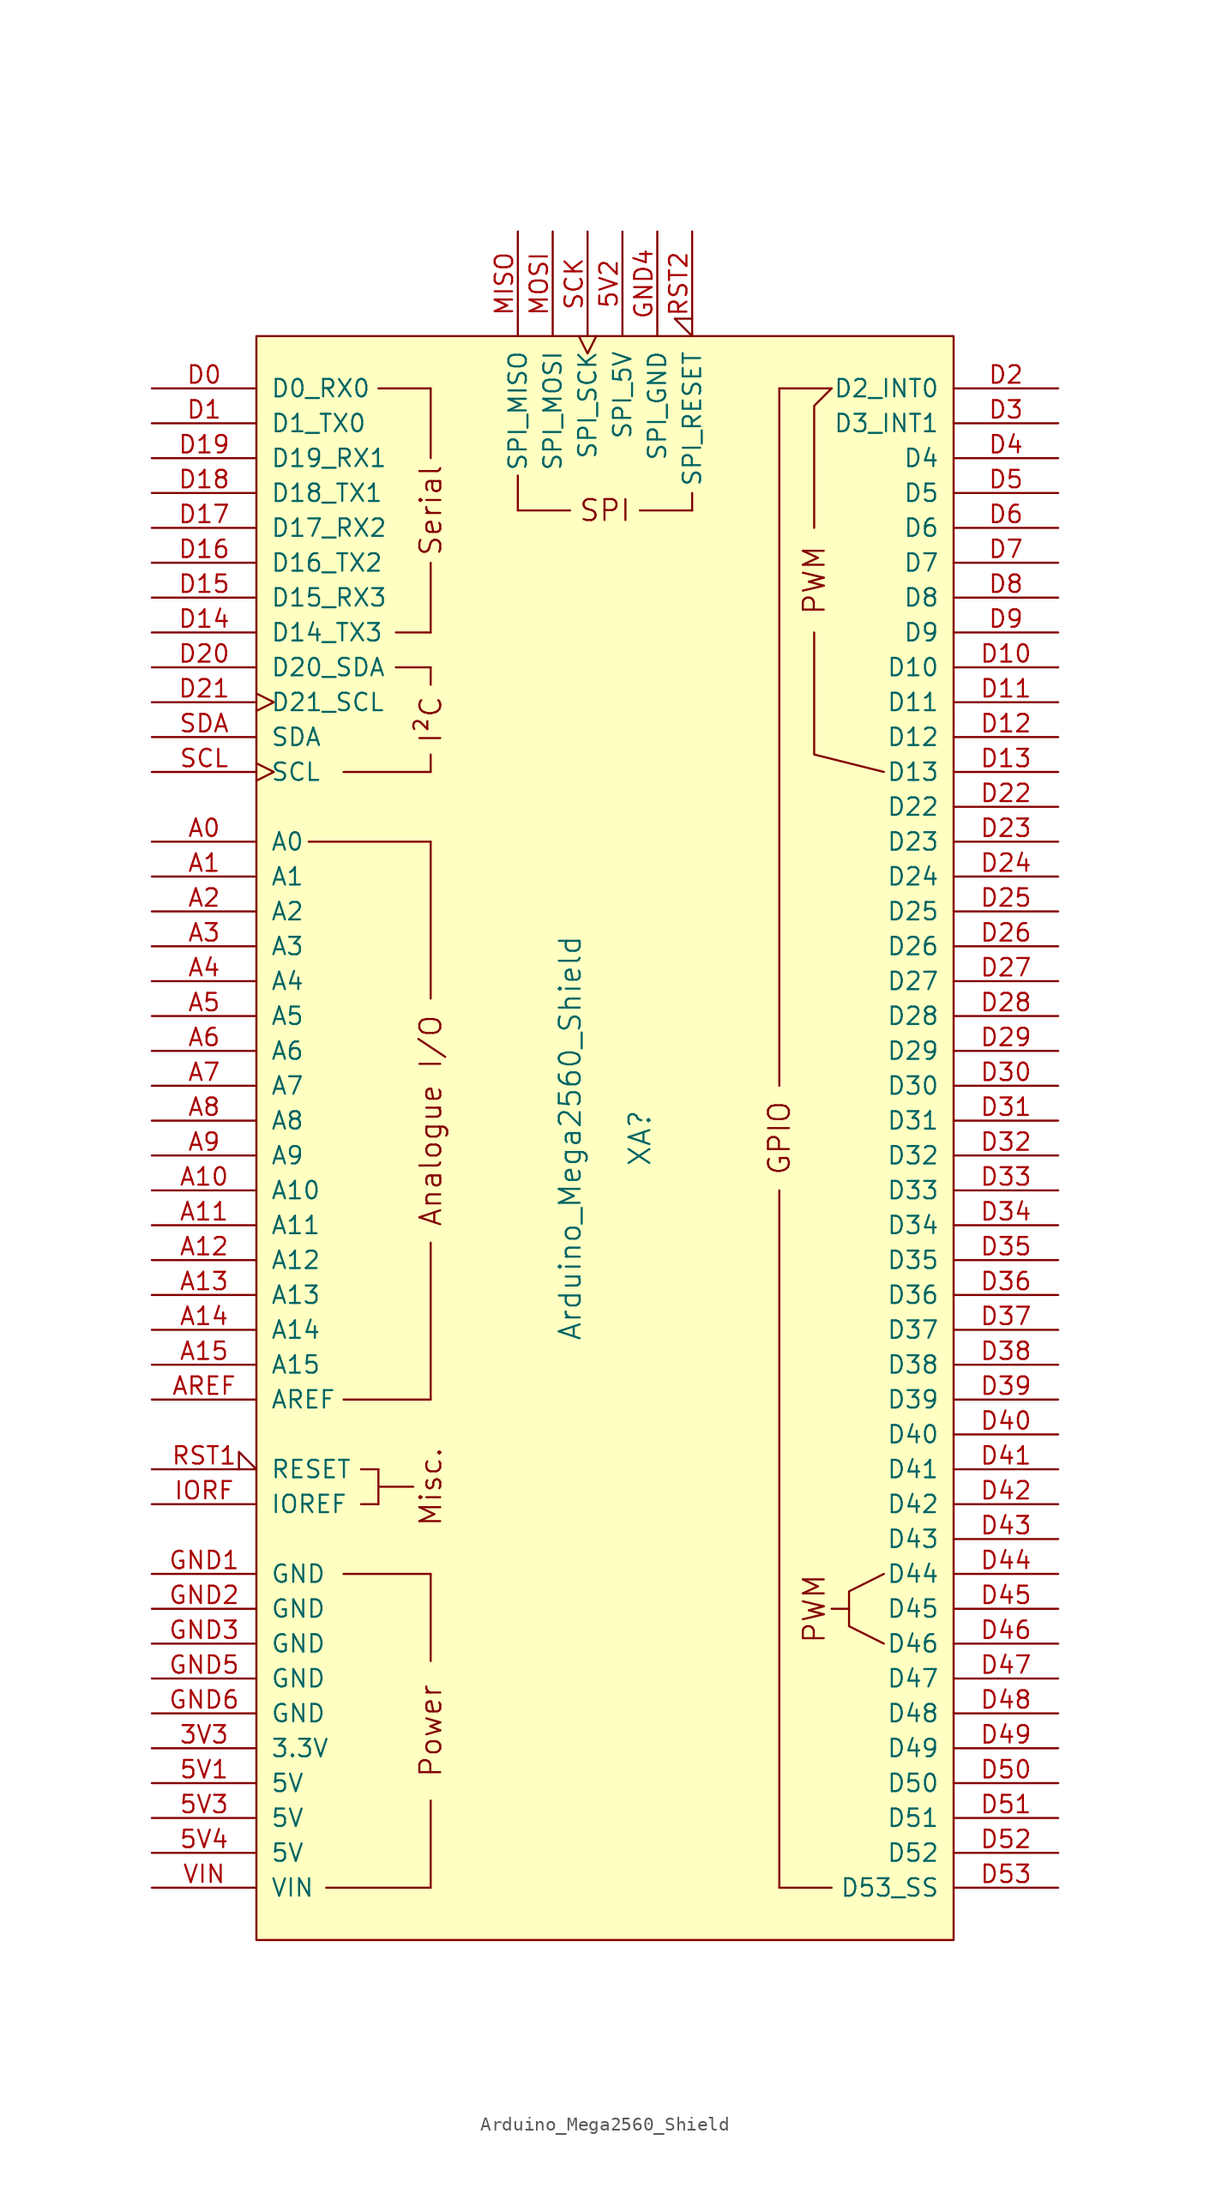
<source format=kicad_sym>
(kicad_symbol_lib
  (version 20241209)
  (generator "kicad_symbol_editor")
  (generator_version "9.0")
  (symbol "Arduino_Mega2560_Shield"
    (pin_names
      (offset 1.016))
    (property "Reference" "XA"
      (at 2.54 0 90)
      (effects (font (size 1.524 1.524))))
    (property "Value" "Arduino_Mega2560_Shield"
      (at -2.54 0 90)
      (effects (font (size 1.524 1.524))))
    (symbol "Arduino_Mega2560_Shield_0_0"
      (rectangle (start -25.4 -58.42) (end 25.4 58.42) (stroke (width 0) (type solid)) (fill (type background)))
      (polyline (pts (xy -21.59 21.59) (xy -12.7 21.59)) (stroke (width 0) (type solid)) (fill (type none)))
      (rectangle (start -20.32 -54.61) (end -12.7 -54.61) (stroke (width 0) (type solid)) (fill (type none)))
      (rectangle (start -19.05 26.67) (end -12.7 26.67) (stroke (width 0) (type solid)) (fill (type none)))
      (rectangle (start -19.05 -19.05) (end -12.7 -19.05) (stroke (width 0) (type solid)) (fill (type none)))
      (rectangle (start -19.05 -31.75) (end -12.7 -31.75) (stroke (width 0) (type solid)) (fill (type none)))
      (rectangle (start -17.78 -24.13) (end -16.51 -24.13) (stroke (width 0) (type solid)) (fill (type none)))
      (rectangle (start -17.78 -26.67) (end -16.51 -26.67) (stroke (width 0) (type solid)) (fill (type none)))
      (rectangle (start -16.51 54.61) (end -12.7 54.61) (stroke (width 0) (type solid)) (fill (type none)))
      (rectangle (start -16.51 -24.13) (end -16.51 -26.67) (stroke (width 0) (type solid)) (fill (type none)))
      (rectangle (start -16.51 -25.4) (end -13.97 -25.4) (stroke (width 0) (type solid)) (fill (type none)))
      (rectangle (start -15.24 36.83) (end -12.7 36.83) (stroke (width 0) (type solid)) (fill (type none)))
      (rectangle (start -15.24 34.29) (end -12.7 34.29) (stroke (width 0) (type solid)) (fill (type none)))
      (rectangle (start -12.7 49.53) (end -12.7 54.61) (stroke (width 0) (type solid)) (fill (type none)))
      (rectangle (start -12.7 41.91) (end -12.7 36.83) (stroke (width 0) (type solid)) (fill (type none)))
      (rectangle (start -12.7 34.29) (end -12.7 33.02) (stroke (width 0) (type solid)) (fill (type none)))
      (rectangle (start -12.7 26.67) (end -12.7 27.94) (stroke (width 0) (type solid)) (fill (type none)))
      (polyline (pts (xy -12.7 10.16) (xy -12.7 21.59)) (stroke (width 0) (type solid)) (fill (type none)))
      (polyline (pts (xy -12.7 -19.05) (xy -12.7 -7.62)) (stroke (width 0) (type solid)) (fill (type none)))
      (rectangle (start -12.7 -31.75) (end -12.7 -38.1) (stroke (width 0) (type solid)) (fill (type none)))
      (rectangle (start -12.7 -54.61) (end -12.7 -48.26) (stroke (width 0) (type solid)) (fill (type none)))
      (rectangle (start -6.35 48.26) (end -6.35 45.72) (stroke (width 0) (type solid)) (fill (type none)))
      (rectangle (start -2.54 45.72) (end -6.35 45.72) (stroke (width 0) (type solid)) (fill (type none)))
      (rectangle (start 6.35 46.99) (end 6.35 45.72) (stroke (width 0) (type solid)) (fill (type none)))
      (rectangle (start 6.35 45.72) (end 2.54 45.72) (stroke (width 0) (type solid)) (fill (type none)))
      (polyline (pts (xy 12.7 54.61) (xy 16.51 54.61)) (stroke (width 0) (type solid)) (fill (type none)))
      (polyline (pts (xy 12.7 -54.61) (xy 16.51 -54.61)) (stroke (width 0) (type solid)) (fill (type none)))
      (polyline (pts (xy 15.24 44.45) (xy 15.24 53.34) (xy 16.51 54.61)) (stroke (width 0) (type solid)) (fill (type none)))
      (polyline (pts (xy 15.24 36.83) (xy 15.24 27.94) (xy 20.32 26.67)) (stroke (width 0) (type solid)) (fill (type none)))
      (polyline (pts (xy 17.78 -34.29) (xy 16.51 -34.29)) (stroke (width 0) (type solid)) (fill (type none)))
      (polyline (pts (xy 20.32 -31.75) (xy 17.78 -33.02) (xy 17.78 -35.56) (xy 20.32 -36.83)) (stroke (width 0) (type solid)) (fill (type none)))
      (text "Serial" (at -12.7 45.72 900) (effects (font (size 1.524 1.524))))
      (text "I²C" (at -12.7 30.48 900) (effects (font (size 1.524 1.524))))
      (text "Analogue I/O" (at -12.7 1.27 900) (effects (font (size 1.524 1.524))))
      (text "Misc." (at -12.7 -25.4 900) (effects (font (size 1.524 1.524))))
      (text "Power" (at -12.7 -43.18 900) (effects (font (size 1.524 1.524))))
      (text "SPI" (at 0 45.72 0) (effects (font (size 1.524 1.524))))
      (text "PWM" (at 15.24 40.64 900) (effects (font (size 1.524 1.524))))
      (text "PWM" (at 15.24 -34.29 900) (effects (font (size 1.524 1.524)))))
    (symbol "Arduino_Mega2560_Shield_1_0"
      (rectangle (start 12.7 54.61) (end 12.7 3.81) (stroke (width 0) (type solid)) (fill (type none)))
      (rectangle (start 12.7 -54.61) (end 12.7 -3.81) (stroke (width 0) (type solid)) (fill (type none)))
      (text "GPIO" (at 12.7 0 900) (effects (font (size 1.524 1.524)))))
    (symbol "Arduino_Mega2560_Shield_1_1"
      (pin bidirectional line (at -33.02 54.61 0) (length 7.62) (name "D0_RX0" (effects (font (size 1.27 1.27)))) (number "D0" (effects (font (size 1.27 1.27)))))
      (pin bidirectional line (at -33.02 52.07 0) (length 7.62) (name "D1_TX0" (effects (font (size 1.27 1.27)))) (number "D1" (effects (font (size 1.27 1.27)))))
      (pin bidirectional line (at -33.02 49.53 0) (length 7.62) (name "D19_RX1" (effects (font (size 1.27 1.27)))) (number "D19" (effects (font (size 1.27 1.27)))))
      (pin bidirectional line (at -33.02 46.99 0) (length 7.62) (name "D18_TX1" (effects (font (size 1.27 1.27)))) (number "D18" (effects (font (size 1.27 1.27)))))
      (pin bidirectional line (at -33.02 44.45 0) (length 7.62) (name "D17_RX2" (effects (font (size 1.27 1.27)))) (number "D17" (effects (font (size 1.27 1.27)))))
      (pin bidirectional line (at -33.02 41.91 0) (length 7.62) (name "D16_TX2" (effects (font (size 1.27 1.27)))) (number "D16" (effects (font (size 1.27 1.27)))))
      (pin bidirectional line (at -33.02 39.37 0) (length 7.62) (name "D15_RX3" (effects (font (size 1.27 1.27)))) (number "D15" (effects (font (size 1.27 1.27)))))
      (pin bidirectional line (at -33.02 36.83 0) (length 7.62) (name "D14_TX3" (effects (font (size 1.27 1.27)))) (number "D14" (effects (font (size 1.27 1.27)))))
      (pin bidirectional line (at -33.02 34.29 0) (length 7.62) (name "D20_SDA" (effects (font (size 1.27 1.27)))) (number "D20" (effects (font (size 1.27 1.27)))))
      (pin bidirectional clock (at -33.02 31.75 0) (length 7.62) (name "D21_SCL" (effects (font (size 1.27 1.27)))) (number "D21" (effects (font (size 1.27 1.27)))))
      (pin bidirectional line (at -33.02 29.21 0) (length 7.62) (name "SDA" (effects (font (size 1.27 1.27)))) (number "SDA" (effects (font (size 1.27 1.27)))))
      (pin bidirectional clock (at -33.02 26.67 0) (length 7.62) (name "SCL" (effects (font (size 1.27 1.27)))) (number "SCL" (effects (font (size 1.27 1.27)))))
      (pin bidirectional line (at -33.02 21.59 0) (length 7.62) (name "A0" (effects (font (size 1.27 1.27)))) (number "A0" (effects (font (size 1.27 1.27)))))
      (pin bidirectional line (at -33.02 19.05 0) (length 7.62) (name "A1" (effects (font (size 1.27 1.27)))) (number "A1" (effects (font (size 1.27 1.27)))))
      (pin bidirectional line (at -33.02 16.51 0) (length 7.62) (name "A2" (effects (font (size 1.27 1.27)))) (number "A2" (effects (font (size 1.27 1.27)))))
      (pin bidirectional line (at -33.02 13.97 0) (length 7.62) (name "A3" (effects (font (size 1.27 1.27)))) (number "A3" (effects (font (size 1.27 1.27)))))
      (pin bidirectional line (at -33.02 11.43 0) (length 7.62) (name "A4" (effects (font (size 1.27 1.27)))) (number "A4" (effects (font (size 1.27 1.27)))))
      (pin bidirectional line (at -33.02 8.89 0) (length 7.62) (name "A5" (effects (font (size 1.27 1.27)))) (number "A5" (effects (font (size 1.27 1.27)))))
      (pin bidirectional line (at -33.02 6.35 0) (length 7.62) (name "A6" (effects (font (size 1.27 1.27)))) (number "A6" (effects (font (size 1.27 1.27)))))
      (pin bidirectional line (at -33.02 3.81 0) (length 7.62) (name "A7" (effects (font (size 1.27 1.27)))) (number "A7" (effects (font (size 1.27 1.27)))))
      (pin bidirectional line (at -33.02 1.27 0) (length 7.62) (name "A8" (effects (font (size 1.27 1.27)))) (number "A8" (effects (font (size 1.27 1.27)))))
      (pin bidirectional line (at -33.02 -1.27 0) (length 7.62) (name "A9" (effects (font (size 1.27 1.27)))) (number "A9" (effects (font (size 1.27 1.27)))))
      (pin bidirectional line (at -33.02 -3.81 0) (length 7.62) (name "A10" (effects (font (size 1.27 1.27)))) (number "A10" (effects (font (size 1.27 1.27)))))
      (pin bidirectional line (at -33.02 -6.35 0) (length 7.62) (name "A11" (effects (font (size 1.27 1.27)))) (number "A11" (effects (font (size 1.27 1.27)))))
      (pin bidirectional line (at -33.02 -8.89 0) (length 7.62) (name "A12" (effects (font (size 1.27 1.27)))) (number "A12" (effects (font (size 1.27 1.27)))))
      (pin bidirectional line (at -33.02 -11.43 0) (length 7.62) (name "A13" (effects (font (size 1.27 1.27)))) (number "A13" (effects (font (size 1.27 1.27)))))
      (pin bidirectional line (at -33.02 -13.97 0) (length 7.62) (name "A14" (effects (font (size 1.27 1.27)))) (number "A14" (effects (font (size 1.27 1.27)))))
      (pin bidirectional line (at -33.02 -16.51 0) (length 7.62) (name "A15" (effects (font (size 1.27 1.27)))) (number "A15" (effects (font (size 1.27 1.27)))))
      (pin input line (at -33.02 -19.05 0) (length 7.62) (name "AREF" (effects (font (size 1.27 1.27)))) (number "AREF" (effects (font (size 1.27 1.27)))))
      (pin open_collector input_low (at -33.02 -24.13 0) (length 7.62) (name "RESET" (effects (font (size 1.27 1.27)))) (number "RST1" (effects (font (size 1.27 1.27)))))
      (pin output line (at -33.02 -26.67 0) (length 7.62) (name "IOREF" (effects (font (size 1.27 1.27)))) (number "IORF" (effects (font (size 1.27 1.27)))))
      (pin power_in line (at -33.02 -31.75 0) (length 7.62) (name "GND" (effects (font (size 1.27 1.27)))) (number "GND1" (effects (font (size 1.27 1.27)))))
      (pin power_in line (at -33.02 -34.29 0) (length 7.62) (name "GND" (effects (font (size 1.27 1.27)))) (number "GND2" (effects (font (size 1.27 1.27)))))
      (pin power_in line (at -33.02 -36.83 0) (length 7.62) (name "GND" (effects (font (size 1.27 1.27)))) (number "GND3" (effects (font (size 1.27 1.27)))))
      (pin power_in line (at -33.02 -39.37 0) (length 7.62) (name "GND" (effects (font (size 1.27 1.27)))) (number "GND5" (effects (font (size 1.27 1.27)))))
      (pin power_in line (at -33.02 -41.91 0) (length 7.62) (name "GND" (effects (font (size 1.27 1.27)))) (number "GND6" (effects (font (size 1.27 1.27)))))
      (pin power_in line (at -33.02 -44.45 0) (length 7.62) (name "3.3V" (effects (font (size 1.27 1.27)))) (number "3V3" (effects (font (size 1.27 1.27)))))
      (pin power_in line (at -33.02 -46.99 0) (length 7.62) (name "5V" (effects (font (size 1.27 1.27)))) (number "5V1" (effects (font (size 1.27 1.27)))))
      (pin power_in line (at -33.02 -49.53 0) (length 7.62) (name "5V" (effects (font (size 1.27 1.27)))) (number "5V3" (effects (font (size 1.27 1.27)))))
      (pin power_in line (at -33.02 -52.07 0) (length 7.62) (name "5V" (effects (font (size 1.27 1.27)))) (number "5V4" (effects (font (size 1.27 1.27)))))
      (pin power_in line (at -33.02 -54.61 0) (length 7.62) (name "VIN" (effects (font (size 1.27 1.27)))) (number "VIN" (effects (font (size 1.27 1.27)))))
      (pin input line (at -6.35 66.04 270) (length 7.62) (name "SPI_MISO" (effects (font (size 1.27 1.27)))) (number "MISO" (effects (font (size 1.27 1.27)))))
      (pin output line (at -3.81 66.04 270) (length 7.62) (name "SPI_MOSI" (effects (font (size 1.27 1.27)))) (number "MOSI" (effects (font (size 1.27 1.27)))))
      (pin output clock (at -1.27 66.04 270) (length 7.62) (name "SPI_SCK" (effects (font (size 1.27 1.27)))) (number "SCK" (effects (font (size 1.27 1.27)))))
      (pin power_in line (at 1.27 66.04 270) (length 7.62) (name "SPI_5V" (effects (font (size 1.27 1.27)))) (number "5V2" (effects (font (size 1.27 1.27)))))
      (pin power_in line (at 3.81 66.04 270) (length 7.62) (name "SPI_GND" (effects (font (size 1.27 1.27)))) (number "GND4" (effects (font (size 1.27 1.27)))))
      (pin open_collector input_low (at 6.35 66.04 270) (length 7.62) (name "SPI_RESET" (effects (font (size 1.27 1.27)))) (number "RST2" (effects (font (size 1.27 1.27)))))
      (pin bidirectional line (at 33.02 54.61 180) (length 7.62) (name "D2_INT0" (effects (font (size 1.27 1.27)))) (number "D2" (effects (font (size 1.27 1.27)))))
      (pin bidirectional line (at 33.02 52.07 180) (length 7.62) (name "D3_INT1" (effects (font (size 1.27 1.27)))) (number "D3" (effects (font (size 1.27 1.27)))))
      (pin bidirectional line (at 33.02 49.53 180) (length 7.62) (name "D4" (effects (font (size 1.27 1.27)))) (number "D4" (effects (font (size 1.27 1.27)))))
      (pin bidirectional line (at 33.02 46.99 180) (length 7.62) (name "D5" (effects (font (size 1.27 1.27)))) (number "D5" (effects (font (size 1.27 1.27)))))
      (pin bidirectional line (at 33.02 44.45 180) (length 7.62) (name "D6" (effects (font (size 1.27 1.27)))) (number "D6" (effects (font (size 1.27 1.27)))))
      (pin bidirectional line (at 33.02 41.91 180) (length 7.62) (name "D7" (effects (font (size 1.27 1.27)))) (number "D7" (effects (font (size 1.27 1.27)))))
      (pin bidirectional line (at 33.02 39.37 180) (length 7.62) (name "D8" (effects (font (size 1.27 1.27)))) (number "D8" (effects (font (size 1.27 1.27)))))
      (pin bidirectional line (at 33.02 36.83 180) (length 7.62) (name "D9" (effects (font (size 1.27 1.27)))) (number "D9" (effects (font (size 1.27 1.27)))))
      (pin bidirectional line (at 33.02 34.29 180) (length 7.62) (name "D10" (effects (font (size 1.27 1.27)))) (number "D10" (effects (font (size 1.27 1.27)))))
      (pin bidirectional line (at 33.02 31.75 180) (length 7.62) (name "D11" (effects (font (size 1.27 1.27)))) (number "D11" (effects (font (size 1.27 1.27)))))
      (pin bidirectional line (at 33.02 29.21 180) (length 7.62) (name "D12" (effects (font (size 1.27 1.27)))) (number "D12" (effects (font (size 1.27 1.27)))))
      (pin bidirectional line (at 33.02 26.67 180) (length 7.62) (name "D13" (effects (font (size 1.27 1.27)))) (number "D13" (effects (font (size 1.27 1.27)))))
      (pin bidirectional line (at 33.02 24.13 180) (length 7.62) (name "D22" (effects (font (size 1.27 1.27)))) (number "D22" (effects (font (size 1.27 1.27)))))
      (pin bidirectional line (at 33.02 21.59 180) (length 7.62) (name "D23" (effects (font (size 1.27 1.27)))) (number "D23" (effects (font (size 1.27 1.27)))))
      (pin bidirectional line (at 33.02 19.05 180) (length 7.62) (name "D24" (effects (font (size 1.27 1.27)))) (number "D24" (effects (font (size 1.27 1.27)))))
      (pin bidirectional line (at 33.02 16.51 180) (length 7.62) (name "D25" (effects (font (size 1.27 1.27)))) (number "D25" (effects (font (size 1.27 1.27)))))
      (pin bidirectional line (at 33.02 13.97 180) (length 7.62) (name "D26" (effects (font (size 1.27 1.27)))) (number "D26" (effects (font (size 1.27 1.27)))))
      (pin bidirectional line (at 33.02 11.43 180) (length 7.62) (name "D27" (effects (font (size 1.27 1.27)))) (number "D27" (effects (font (size 1.27 1.27)))))
      (pin bidirectional line (at 33.02 8.89 180) (length 7.62) (name "D28" (effects (font (size 1.27 1.27)))) (number "D28" (effects (font (size 1.27 1.27)))))
      (pin bidirectional line (at 33.02 6.35 180) (length 7.62) (name "D29" (effects (font (size 1.27 1.27)))) (number "D29" (effects (font (size 1.27 1.27)))))
      (pin bidirectional line (at 33.02 3.81 180) (length 7.62) (name "D30" (effects (font (size 1.27 1.27)))) (number "D30" (effects (font (size 1.27 1.27)))))
      (pin bidirectional line (at 33.02 1.27 180) (length 7.62) (name "D31" (effects (font (size 1.27 1.27)))) (number "D31" (effects (font (size 1.27 1.27)))))
      (pin bidirectional line (at 33.02 -1.27 180) (length 7.62) (name "D32" (effects (font (size 1.27 1.27)))) (number "D32" (effects (font (size 1.27 1.27)))))
      (pin bidirectional line (at 33.02 -3.81 180) (length 7.62) (name "D33" (effects (font (size 1.27 1.27)))) (number "D33" (effects (font (size 1.27 1.27)))))
      (pin bidirectional line (at 33.02 -6.35 180) (length 7.62) (name "D34" (effects (font (size 1.27 1.27)))) (number "D34" (effects (font (size 1.27 1.27)))))
      (pin bidirectional line (at 33.02 -8.89 180) (length 7.62) (name "D35" (effects (font (size 1.27 1.27)))) (number "D35" (effects (font (size 1.27 1.27)))))
      (pin bidirectional line (at 33.02 -11.43 180) (length 7.62) (name "D36" (effects (font (size 1.27 1.27)))) (number "D36" (effects (font (size 1.27 1.27)))))
      (pin bidirectional line (at 33.02 -13.97 180) (length 7.62) (name "D37" (effects (font (size 1.27 1.27)))) (number "D37" (effects (font (size 1.27 1.27)))))
      (pin bidirectional line (at 33.02 -16.51 180) (length 7.62) (name "D38" (effects (font (size 1.27 1.27)))) (number "D38" (effects (font (size 1.27 1.27)))))
      (pin bidirectional line (at 33.02 -19.05 180) (length 7.62) (name "D39" (effects (font (size 1.27 1.27)))) (number "D39" (effects (font (size 1.27 1.27)))))
      (pin bidirectional line (at 33.02 -21.59 180) (length 7.62) (name "D40" (effects (font (size 1.27 1.27)))) (number "D40" (effects (font (size 1.27 1.27)))))
      (pin bidirectional line (at 33.02 -24.13 180) (length 7.62) (name "D41" (effects (font (size 1.27 1.27)))) (number "D41" (effects (font (size 1.27 1.27)))))
      (pin bidirectional line (at 33.02 -26.67 180) (length 7.62) (name "D42" (effects (font (size 1.27 1.27)))) (number "D42" (effects (font (size 1.27 1.27)))))
      (pin bidirectional line (at 33.02 -29.21 180) (length 7.62) (name "D43" (effects (font (size 1.27 1.27)))) (number "D43" (effects (font (size 1.27 1.27)))))
      (pin bidirectional line (at 33.02 -31.75 180) (length 7.62) (name "D44" (effects (font (size 1.27 1.27)))) (number "D44" (effects (font (size 1.27 1.27)))))
      (pin bidirectional line (at 33.02 -34.29 180) (length 7.62) (name "D45" (effects (font (size 1.27 1.27)))) (number "D45" (effects (font (size 1.27 1.27)))))
      (pin bidirectional line (at 33.02 -36.83 180) (length 7.62) (name "D46" (effects (font (size 1.27 1.27)))) (number "D46" (effects (font (size 1.27 1.27)))))
      (pin bidirectional line (at 33.02 -39.37 180) (length 7.62) (name "D47" (effects (font (size 1.27 1.27)))) (number "D47" (effects (font (size 1.27 1.27)))))
      (pin bidirectional line (at 33.02 -41.91 180) (length 7.62) (name "D48" (effects (font (size 1.27 1.27)))) (number "D48" (effects (font (size 1.27 1.27)))))
      (pin bidirectional line (at 33.02 -44.45 180) (length 7.62) (name "D49" (effects (font (size 1.27 1.27)))) (number "D49" (effects (font (size 1.27 1.27)))))
      (pin bidirectional line (at 33.02 -46.99 180) (length 7.62) (name "D50" (effects (font (size 1.27 1.27)))) (number "D50" (effects (font (size 1.27 1.27)))))
      (pin bidirectional line (at 33.02 -49.53 180) (length 7.62) (name "D51" (effects (font (size 1.27 1.27)))) (number "D51" (effects (font (size 1.27 1.27)))))
      (pin bidirectional line (at 33.02 -52.07 180) (length 7.62) (name "D52" (effects (font (size 1.27 1.27)))) (number "D52" (effects (font (size 1.27 1.27)))))
      (pin bidirectional line (at 33.02 -54.61 180) (length 7.62) (name "D53_SS" (effects (font (size 1.27 1.27)))) (number "D53" (effects (font (size 1.27 1.27))))))))
</source>
